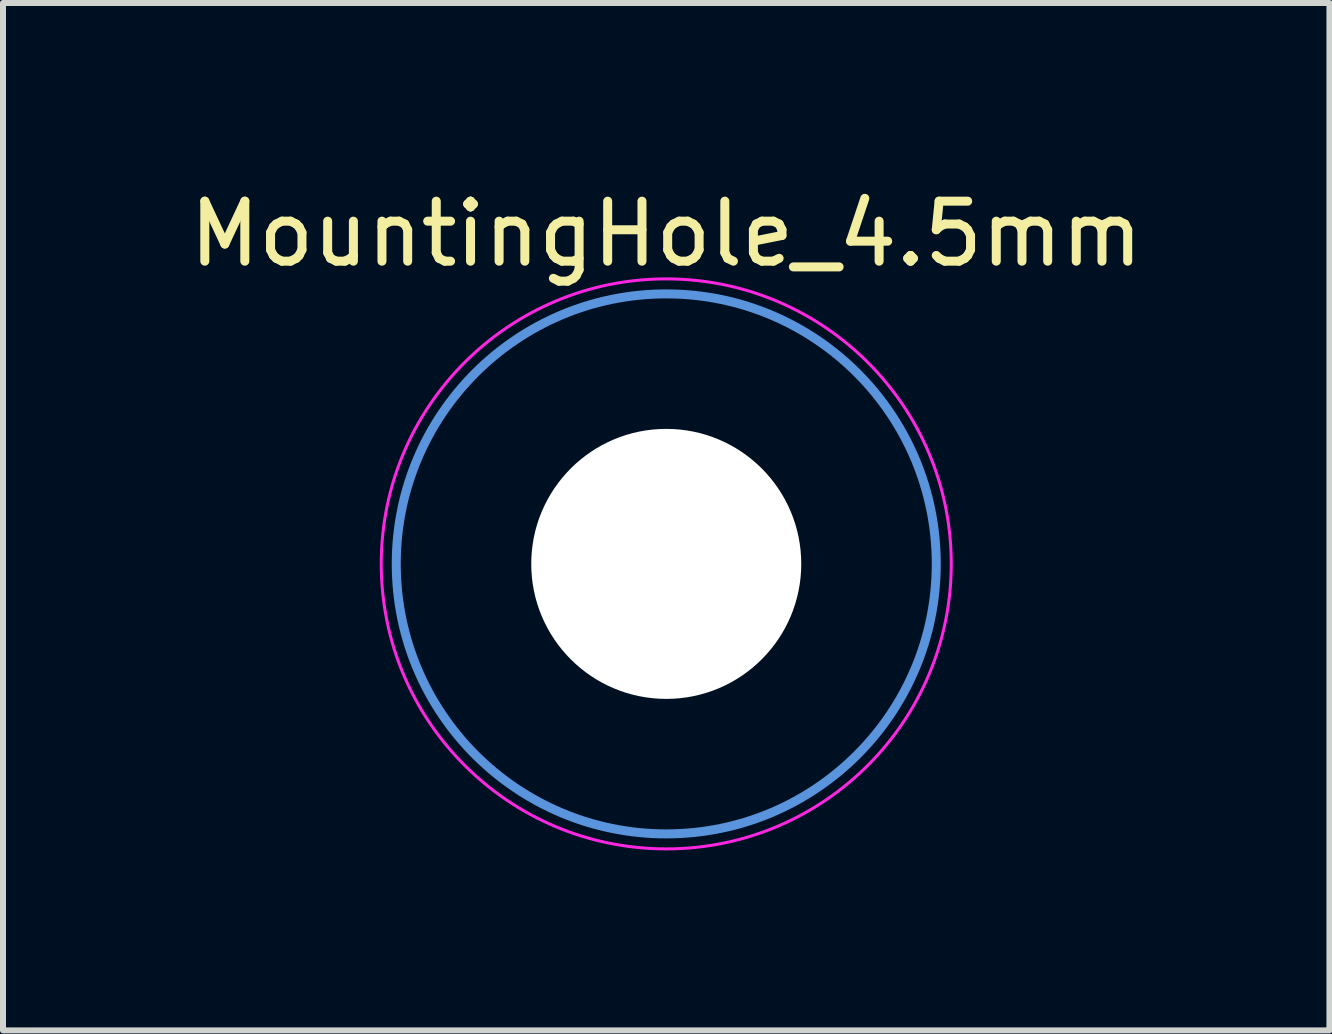
<source format=kicad_pcb>
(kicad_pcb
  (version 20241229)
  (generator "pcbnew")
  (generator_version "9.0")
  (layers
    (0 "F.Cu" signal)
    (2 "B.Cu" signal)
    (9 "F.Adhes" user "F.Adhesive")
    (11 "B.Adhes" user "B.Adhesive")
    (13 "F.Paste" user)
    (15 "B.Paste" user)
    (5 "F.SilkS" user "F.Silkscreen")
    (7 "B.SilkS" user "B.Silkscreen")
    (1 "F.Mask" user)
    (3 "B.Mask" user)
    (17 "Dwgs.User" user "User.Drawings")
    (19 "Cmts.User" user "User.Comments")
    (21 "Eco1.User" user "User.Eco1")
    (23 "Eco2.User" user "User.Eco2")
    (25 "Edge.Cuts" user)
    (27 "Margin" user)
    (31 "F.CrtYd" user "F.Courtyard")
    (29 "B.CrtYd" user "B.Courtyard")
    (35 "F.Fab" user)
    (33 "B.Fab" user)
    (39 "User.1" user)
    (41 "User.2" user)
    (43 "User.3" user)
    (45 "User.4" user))
  (footprint "MountingHole_4.5mm"
    (layer "F.Cu")
    (at 8.054 6.348)
    (property "Reference" "MountingHole_4.5mm" (at 0 -5.5 0) (layer "F.SilkS") (effects (font (size 1 1) (thickness 0.15))))
    (attr through_hole)
    (fp_circle (center 0 0) (end 4.5 0) (stroke (width 0.15) (type solid)) (fill no) (layer "Cmts.User"))
    (fp_circle (center 0 0) (end 4.75 0) (stroke (width 0.05) (type solid)) (fill no) (layer "F.CrtYd"))
    (pad "" np_thru_hole circle (at 0 0) (size 4.5 4.5) (drill 4.5) (layers "*.Cu" "*.Mask")))
  (gr_rect
    (start -3 -3)
    (end 19.107 14.123)
    (stroke (width 0.1) (type default))
    (fill no)
    (layer "Edge.Cuts")))
</source>
